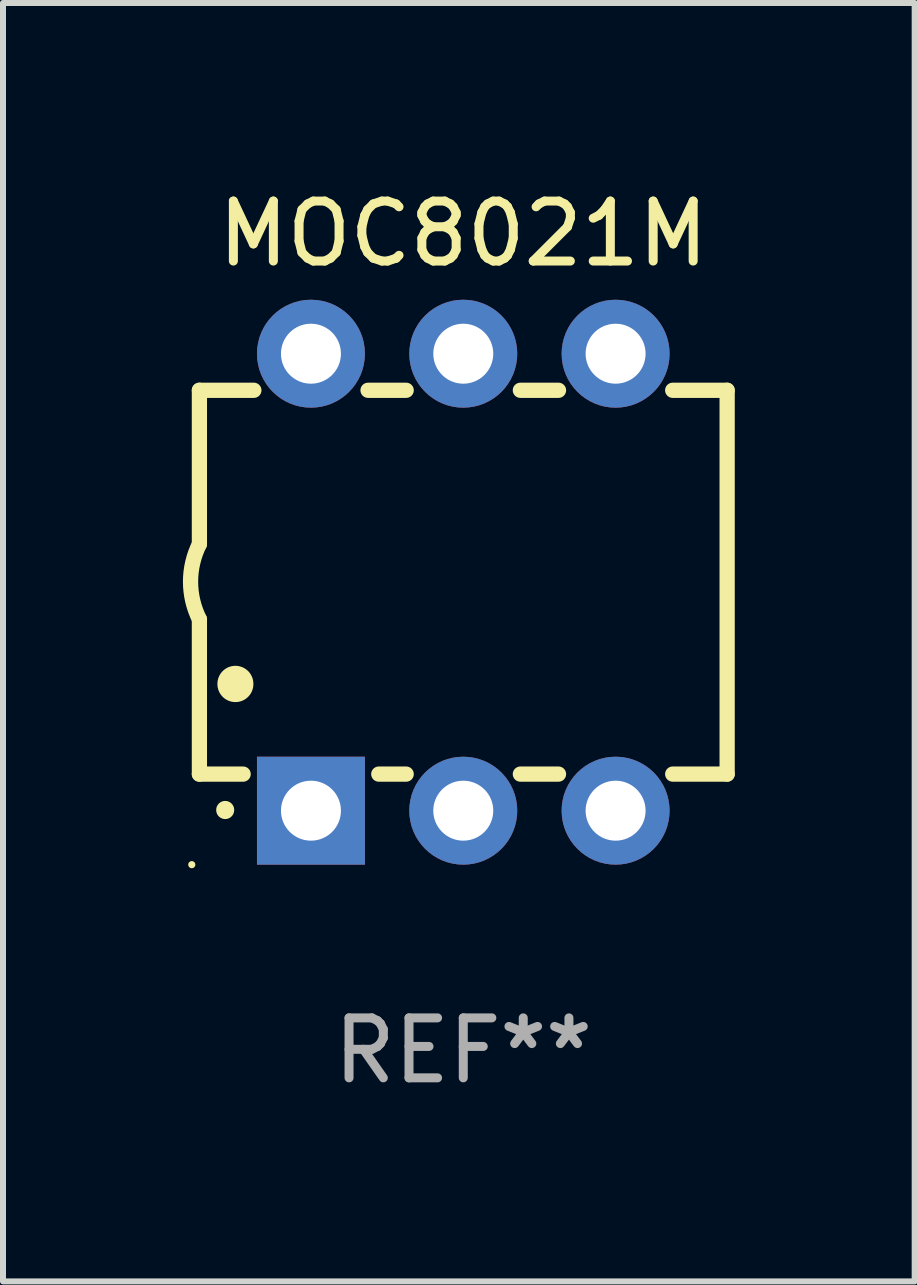
<source format=kicad_pcb>
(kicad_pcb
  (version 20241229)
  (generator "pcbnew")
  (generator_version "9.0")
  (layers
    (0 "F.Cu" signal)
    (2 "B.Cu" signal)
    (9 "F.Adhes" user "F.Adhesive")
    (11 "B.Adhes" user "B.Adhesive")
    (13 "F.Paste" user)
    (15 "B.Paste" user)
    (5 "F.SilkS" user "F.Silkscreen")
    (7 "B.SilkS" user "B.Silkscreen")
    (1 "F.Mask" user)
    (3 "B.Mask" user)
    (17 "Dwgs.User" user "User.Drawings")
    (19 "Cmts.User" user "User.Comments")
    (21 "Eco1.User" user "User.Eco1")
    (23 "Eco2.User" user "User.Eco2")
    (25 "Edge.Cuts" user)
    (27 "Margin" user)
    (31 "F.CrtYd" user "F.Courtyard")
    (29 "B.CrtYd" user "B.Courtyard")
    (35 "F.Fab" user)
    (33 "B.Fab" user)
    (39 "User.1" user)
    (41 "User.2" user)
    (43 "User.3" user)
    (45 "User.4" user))
  (footprint "MOC8021M"
    (layer "F.Cu")
    (at 4.675 6.658)
    (property "Reference" "MOC8021M" (at 0 -5.81 0) (layer "F.SilkS") (effects (font (size 1 1) (thickness 0.15))))
    (attr through_hole)
    (fp_line (start -4.4 -3.2) (end -4.4 -0.635) (stroke (width 0.254) (type solid)) (layer "F.SilkS"))
    (fp_line (start -4.4 -3.2) (end -3.492 -3.2) (stroke (width 0.254) (type solid)) (layer "F.SilkS"))
    (fp_line (start -4.4 3.2) (end -4.4 0.619) (stroke (width 0.254) (type solid)) (layer "F.SilkS"))
    (fp_line (start -3.671 3.2) (end -4.4 3.2) (stroke (width 0.254) (type solid)) (layer "F.SilkS"))
    (fp_line (start -1.588 -3.2) (end -0.952 -3.2) (stroke (width 0.254) (type solid)) (layer "F.SilkS"))
    (fp_line (start -0.952 3.2) (end -1.409 3.2) (stroke (width 0.254) (type solid)) (layer "F.SilkS"))
    (fp_line (start 0.952 -3.2) (end 1.588 -3.2) (stroke (width 0.254) (type solid)) (layer "F.SilkS"))
    (fp_line (start 1.588 3.2) (end 0.952 3.2) (stroke (width 0.254) (type solid)) (layer "F.SilkS"))
    (fp_line (start 3.492 -3.2) (end 4.4 -3.2) (stroke (width 0.254) (type solid)) (layer "F.SilkS"))
    (fp_line (start 4.4 -3.2) (end 4.4 3.2) (stroke (width 0.254) (type solid)) (layer "F.SilkS"))
    (fp_line (start 4.4 3.2) (end 3.492 3.2) (stroke (width 0.254) (type solid)) (layer "F.SilkS"))
    (fp_arc (start -4.399288 0.619762) (mid -4.547636 -0.007536) (end -4.4 -0.635001) (stroke (width 0.254001) (type solid)) (layer "F.SilkS"))
    (fp_arc (start -3.970028 3.799848) (mid -3.970033 3.798578) (end -3.970028 3.797308) (stroke (width 0.3) (type solid)) (layer "F.SilkS"))
    (fp_arc (start -3.799848 1.699263) (mid -3.799859 1.696723) (end -3.799848 1.694183) (stroke (width 0.6) (type solid)) (layer "F.SilkS"))
    (fp_circle (center -4.527 4.71) (end -4.497 4.71) (stroke (width 0.06) (type solid)) (fill no) (layer "F.SilkS"))
    (fp_text user "REF**" (at 0 7.81 0) (layer "F.Fab") (effects (font (size 1 1) (thickness 0.15))))
    (pad "1" thru_hole rect (at -2.54 3.81 180) (size 1.8 1.8) (drill 1) (layers "*.Cu" "*.Mask"))
    (pad "2" thru_hole circle (at 0 3.81) (size 1.8 1.8) (drill 1) (layers "*.Cu" "*.Mask"))
    (pad "3" thru_hole circle (at 2.54 3.81) (size 1.8 1.8) (drill 1) (layers "*.Cu" "*.Mask"))
    (pad "4" thru_hole circle (at 2.54 -3.81) (size 1.8 1.8) (drill 1) (layers "*.Cu" "*.Mask"))
    (pad "5" thru_hole circle (at 0 -3.81) (size 1.8 1.8) (drill 1) (layers "*.Cu" "*.Mask"))
    (pad "6" thru_hole circle (at -2.54 -3.81) (size 1.8 1.8) (drill 1) (layers "*.Cu" "*.Mask")))
  (gr_rect
    (start -3 -3)
    (end 12.202 18.317)
    (stroke (width 0.1) (type default))
    (fill no)
    (layer "Edge.Cuts")))
</source>
